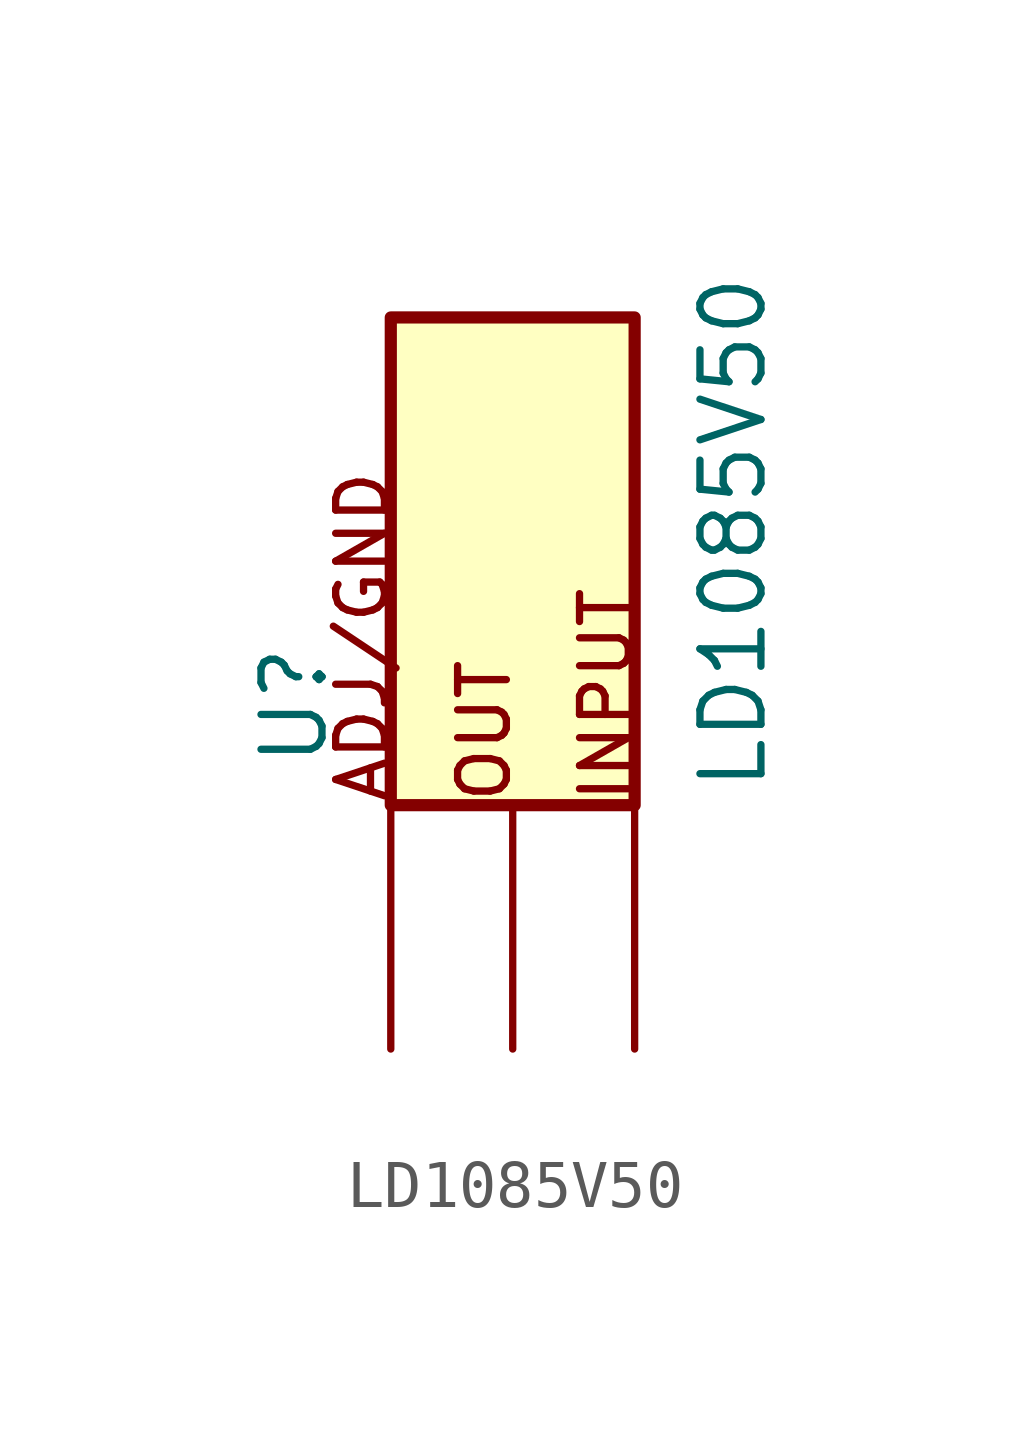
<source format=kicad_sym>
(kicad_symbol_lib
  (version 20211014)
  (generator kicad_symbol_editor)
  (symbol "LD1085V50"
    (pin_numbers hide)
    (pin_names
      (offset 1.016) hide)
    (property "Reference" "U"
      (at -3.81 -4.318 90)
      (effects (font (size 1.27 1.27)) (justify left bottom)))
    (property "Value" "LD1085V50"
      (at 5.334 -4.826 90)
      (effects (font (size 1.27 1.27)) (justify left bottom)))
    (symbol "LD1085V50_0_0"
      (rectangle (start -2.54 -5.08) (end 2.54 5.08) (stroke (width 0.254) (type default) (color 0 0 0 0)) (fill (type background)))
      (text "ADJ/GND" (at -2.54 -5.08 900) (effects (font (size 1.016 1.016)) (justify left bottom)))
      (text "INPUT" (at 2.54 -5.08 900) (effects (font (size 1.016 1.016)) (justify left bottom)))
      (text "OUT" (at 0 -5.08 900) (effects (font (size 1.016 1.016)) (justify left bottom)))
      (pin bidirectional line (at -2.54 -10.16 90) (length 5.08) (name "~" (effects (font (size 1.016 1.016)))) (number "1" (effects (font (size 1.016 1.016)))))
      (pin bidirectional line (at 0 -10.16 90) (length 5.08) (name "~" (effects (font (size 1.016 1.016)))) (number "2" (effects (font (size 1.016 1.016)))))
      (pin bidirectional line (at 2.54 -10.16 90) (length 5.08) (name "Input" (effects (font (size 1.016 1.016)))) (number "3" (effects (font (size 1.016 1.016))))))))
</source>
